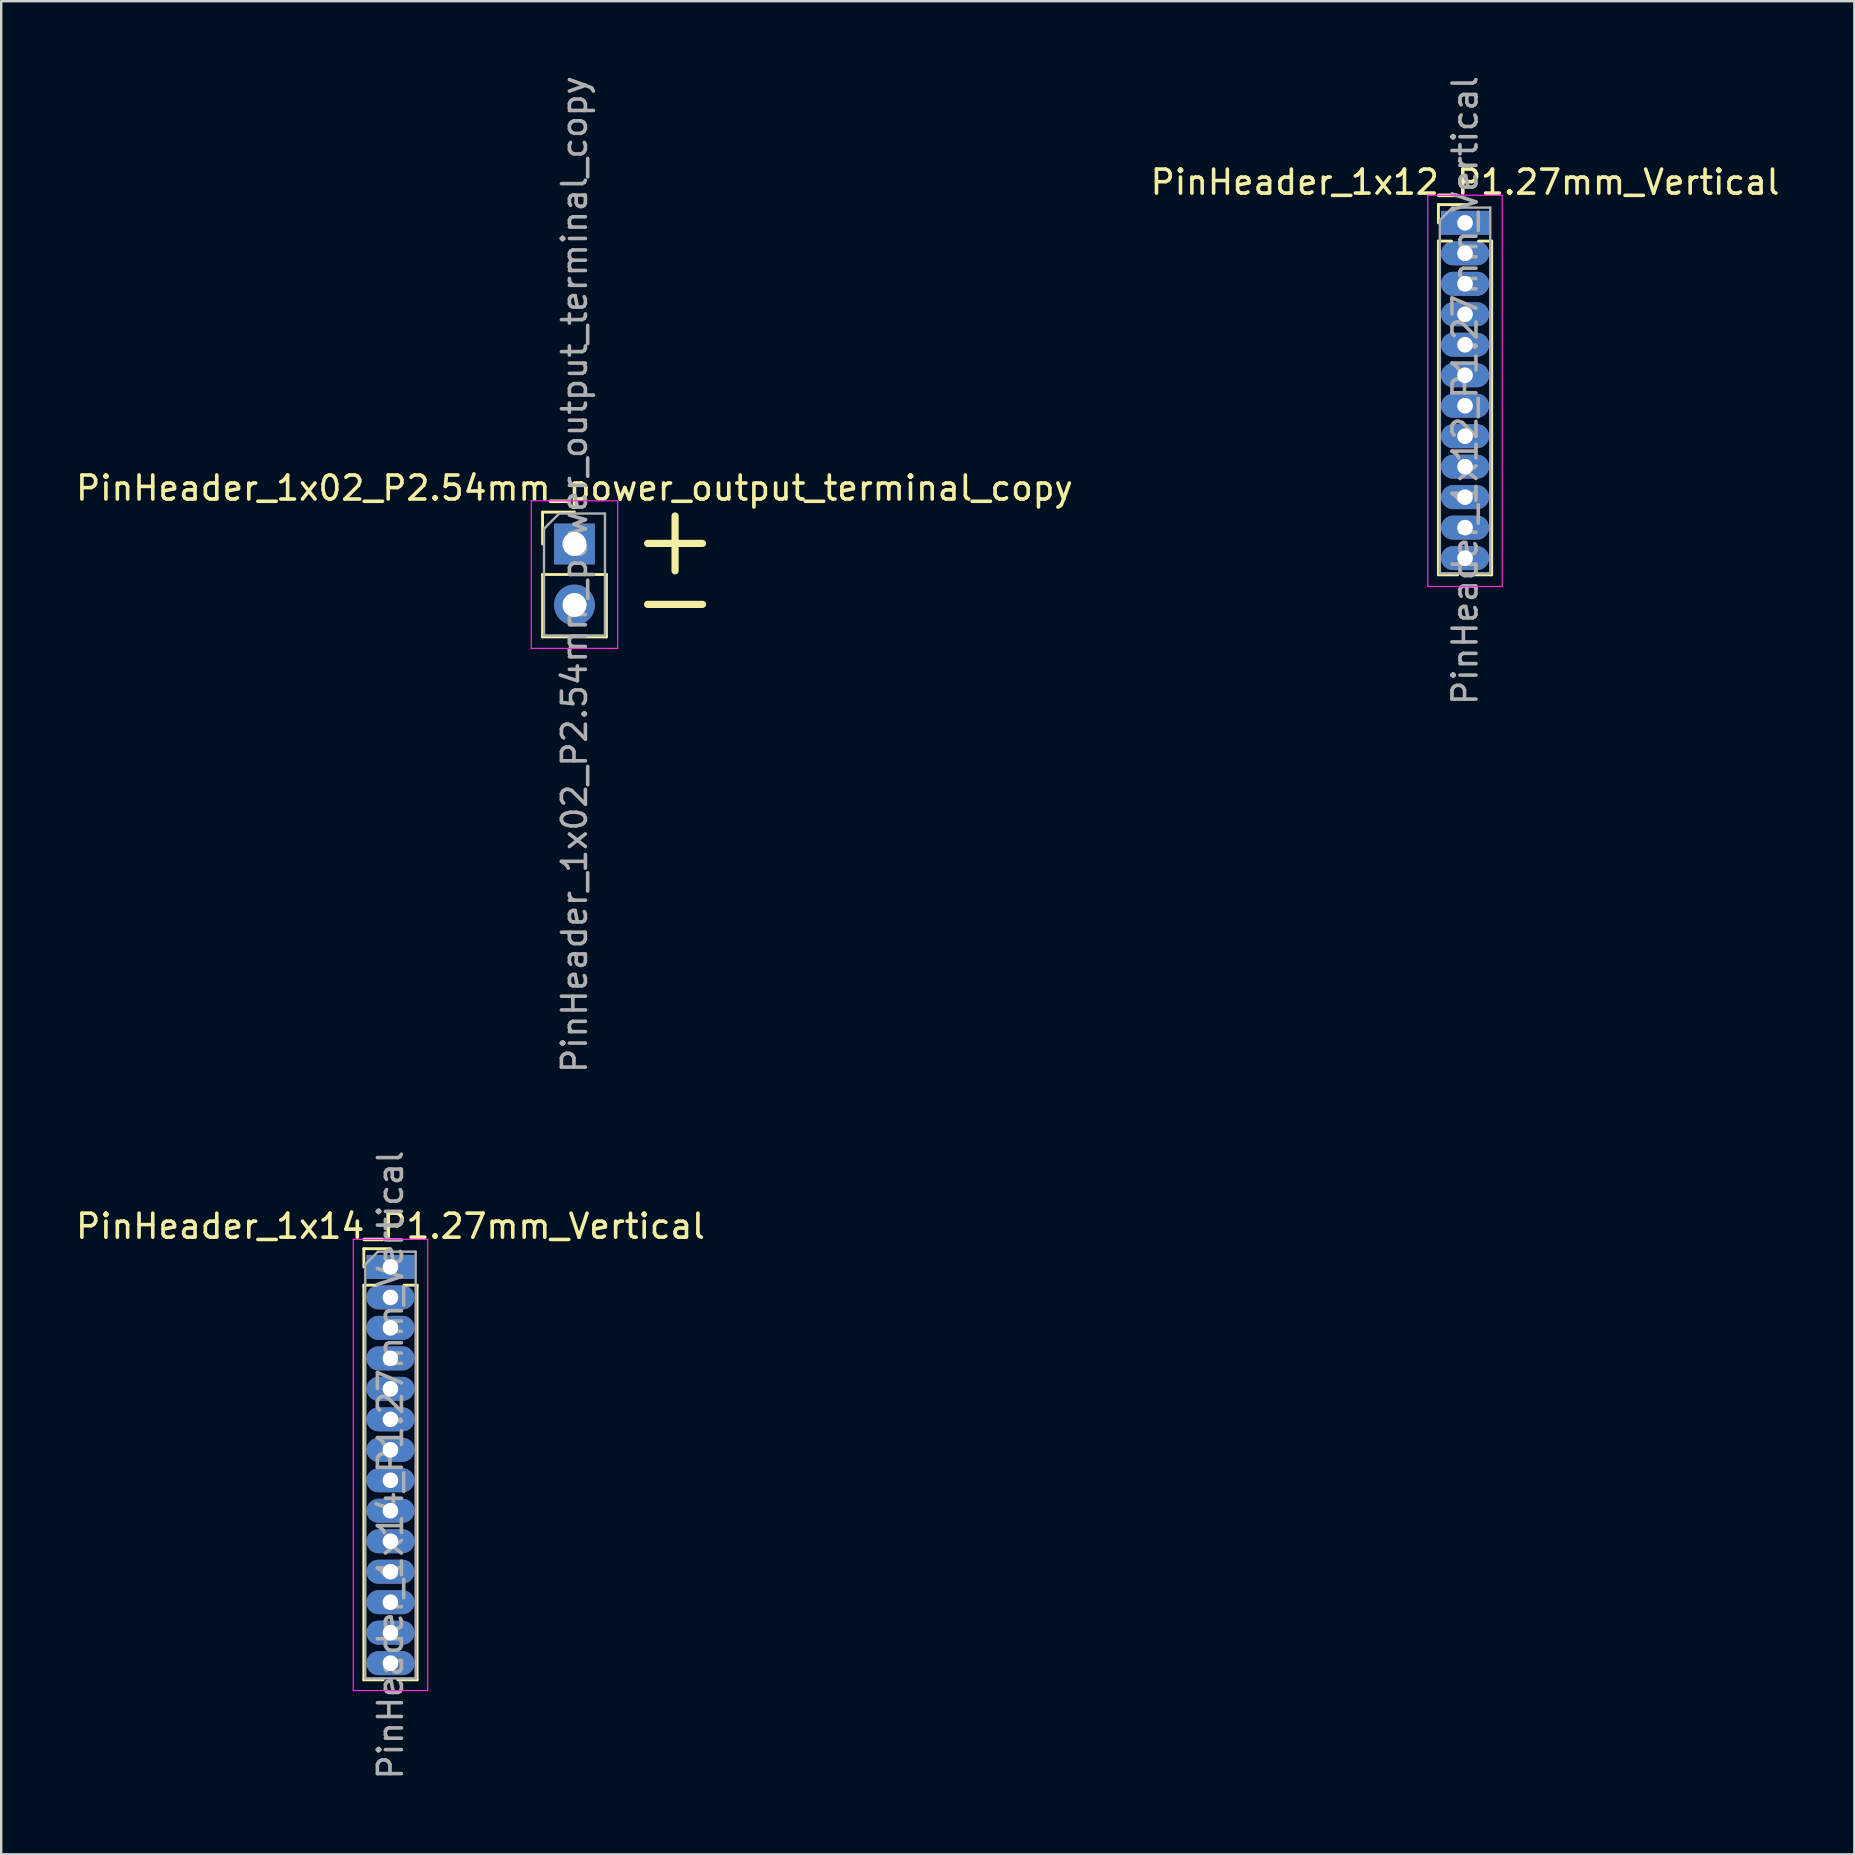
<source format=kicad_pcb>
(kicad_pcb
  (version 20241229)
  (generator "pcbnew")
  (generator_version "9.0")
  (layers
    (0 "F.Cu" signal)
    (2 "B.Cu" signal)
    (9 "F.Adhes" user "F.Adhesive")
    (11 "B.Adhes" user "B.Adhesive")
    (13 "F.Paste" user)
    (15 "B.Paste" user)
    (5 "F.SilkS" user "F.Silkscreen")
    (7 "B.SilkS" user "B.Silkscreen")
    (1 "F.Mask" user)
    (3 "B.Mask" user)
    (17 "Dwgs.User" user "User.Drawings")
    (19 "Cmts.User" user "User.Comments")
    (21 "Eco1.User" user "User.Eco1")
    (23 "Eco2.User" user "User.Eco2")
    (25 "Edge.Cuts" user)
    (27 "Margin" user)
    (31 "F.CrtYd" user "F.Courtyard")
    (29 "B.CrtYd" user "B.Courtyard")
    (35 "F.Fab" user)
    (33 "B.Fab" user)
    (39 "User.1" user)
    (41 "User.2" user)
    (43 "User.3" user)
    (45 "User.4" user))
  (footprint "PinHeader_1x14_P1.27mm_Vertical"
    (layer "F.Cu")
    (at 13.22 49.739)
    (property "Reference" "PinHeader_1x14_P1.27mm_Vertical" (at 0 -1.695 0) (layer "F.SilkS") (effects (font (size 1 1) (thickness 0.15))))
    (attr through_hole)
    (fp_line (start -1.11 -0.76) (end 0 -0.76) (stroke (width 0.12) (type solid)) (layer "F.SilkS"))
    (fp_line (start -1.11 0) (end -1.11 -0.76) (stroke (width 0.12) (type solid)) (layer "F.SilkS"))
    (fp_line (start -1.11 0.76) (end -1.11 17.205) (stroke (width 0.12) (type solid)) (layer "F.SilkS"))
    (fp_line (start -1.11 0.76) (end -0.563 0.76) (stroke (width 0.12) (type solid)) (layer "F.SilkS"))
    (fp_line (start -1.11 17.205) (end -0.308 17.205) (stroke (width 0.12) (type solid)) (layer "F.SilkS"))
    (fp_line (start 0.308 17.205) (end 1.11 17.205) (stroke (width 0.12) (type solid)) (layer "F.SilkS"))
    (fp_line (start 0.563 0.76) (end 1.11 0.76) (stroke (width 0.12) (type solid)) (layer "F.SilkS"))
    (fp_line (start 1.11 0.76) (end 1.11 17.205) (stroke (width 0.12) (type solid)) (layer "F.SilkS"))
    (fp_line (start -1.55 -1.15) (end -1.55 17.65) (stroke (width 0.05) (type solid)) (layer "F.CrtYd"))
    (fp_line (start -1.55 17.65) (end 1.55 17.65) (stroke (width 0.05) (type solid)) (layer "F.CrtYd"))
    (fp_line (start 1.55 -1.15) (end -1.55 -1.15) (stroke (width 0.05) (type solid)) (layer "F.CrtYd"))
    (fp_line (start 1.55 17.65) (end 1.55 -1.15) (stroke (width 0.05) (type solid)) (layer "F.CrtYd"))
    (fp_line (start -1.05 -0.11) (end -0.525 -0.635) (stroke (width 0.1) (type solid)) (layer "F.Fab"))
    (fp_line (start -1.05 17.145) (end -1.05 -0.11) (stroke (width 0.1) (type solid)) (layer "F.Fab"))
    (fp_line (start -0.525 -0.635) (end 1.05 -0.635) (stroke (width 0.1) (type solid)) (layer "F.Fab"))
    (fp_line (start 1.05 -0.635) (end 1.05 17.145) (stroke (width 0.1) (type solid)) (layer "F.Fab"))
    (fp_line (start 1.05 17.145) (end -1.05 17.145) (stroke (width 0.1) (type solid)) (layer "F.Fab"))
    (fp_text user "${REFERENCE}" (at 0 8.255 90) (layer "F.Fab") (effects (font (size 1 1) (thickness 0.15))))
    (pad "1" thru_hole rect (at 0 0) (size 2 1) (drill 0.65) (layers "*.Cu" "*.Mask"))
    (pad "2" thru_hole oval (at 0 1.27) (size 2 1) (drill 0.65) (layers "*.Cu" "*.Mask"))
    (pad "3" thru_hole oval (at 0 2.54) (size 2 1) (drill 0.65) (layers "*.Cu" "*.Mask"))
    (pad "4" thru_hole oval (at 0 3.81) (size 2 1) (drill 0.65) (layers "*.Cu" "*.Mask"))
    (pad "5" thru_hole oval (at 0 5.08) (size 2 1) (drill 0.65) (layers "*.Cu" "*.Mask"))
    (pad "6" thru_hole oval (at 0 6.35) (size 2 1) (drill 0.65) (layers "*.Cu" "*.Mask"))
    (pad "7" thru_hole oval (at 0 7.62) (size 2 1) (drill 0.65) (layers "*.Cu" "*.Mask"))
    (pad "8" thru_hole oval (at 0 8.89) (size 2 1) (drill 0.65) (layers "*.Cu" "*.Mask"))
    (pad "9" thru_hole oval (at 0 10.16) (size 2 1) (drill 0.65) (layers "*.Cu" "*.Mask"))
    (pad "10" thru_hole oval (at 0 11.43) (size 2 1) (drill 0.65) (layers "*.Cu" "*.Mask"))
    (pad "11" thru_hole oval (at 0 12.7) (size 2 1) (drill 0.65) (layers "*.Cu" "*.Mask"))
    (pad "12" thru_hole oval (at 0 13.97) (size 2 1) (drill 0.65) (layers "*.Cu" "*.Mask"))
    (pad "13" thru_hole oval (at 0 15.24) (size 2 1) (drill 0.65) (layers "*.Cu" "*.Mask"))
    (pad "14" thru_hole oval (at 0 16.51) (size 2 1) (drill 0.65) (layers "*.Cu" "*.Mask")))
  (footprint "PinHeader_1x02_P2.54mm_power_output_terminal_copy"
    (layer "F.Cu")
    (at 20.887 19.617)
    (property "Reference" "PinHeader_1x02_P2.54mm_power_output_terminal_copy" (at 0 -2.33 0) (layer "F.SilkS") (effects (font (size 1 1) (thickness 0.15))))
    (attr through_hole)
    (fp_line (start -1.33 -1.33) (end 0 -1.33) (stroke (width 0.12) (type solid)) (layer "F.SilkS"))
    (fp_line (start -1.33 0) (end -1.33 -1.33) (stroke (width 0.12) (type solid)) (layer "F.SilkS"))
    (fp_line (start -1.33 1.27) (end -1.33 3.87) (stroke (width 0.12) (type solid)) (layer "F.SilkS"))
    (fp_line (start -1.33 1.27) (end 1.33 1.27) (stroke (width 0.12) (type solid)) (layer "F.SilkS"))
    (fp_line (start -1.33 3.87) (end 1.33 3.87) (stroke (width 0.12) (type solid)) (layer "F.SilkS"))
    (fp_line (start 1.33 1.27) (end 1.33 3.87) (stroke (width 0.12) (type solid)) (layer "F.SilkS"))
    (fp_line (start -1.8 -1.8) (end -1.8 4.35) (stroke (width 0.05) (type solid)) (layer "F.CrtYd"))
    (fp_line (start -1.8 4.35) (end 1.8 4.35) (stroke (width 0.05) (type solid)) (layer "F.CrtYd"))
    (fp_line (start 1.8 -1.8) (end -1.8 -1.8) (stroke (width 0.05) (type solid)) (layer "F.CrtYd"))
    (fp_line (start 1.8 4.35) (end 1.8 -1.8) (stroke (width 0.05) (type solid)) (layer "F.CrtYd"))
    (fp_line (start -1.27 -0.635) (end -0.635 -1.27) (stroke (width 0.1) (type solid)) (layer "F.Fab"))
    (fp_line (start -1.27 3.81) (end -1.27 -0.635) (stroke (width 0.1) (type solid)) (layer "F.Fab"))
    (fp_line (start -0.635 -1.27) (end 1.27 -1.27) (stroke (width 0.1) (type solid)) (layer "F.Fab"))
    (fp_line (start 1.27 -1.27) (end 1.27 3.81) (stroke (width 0.1) (type solid)) (layer "F.Fab"))
    (fp_line (start 1.27 3.81) (end -1.27 3.81) (stroke (width 0.1) (type solid)) (layer "F.Fab"))
    (fp_text user "+" (at 4.191 -0.254 0) (layer "F.SilkS") (effects (font (size 3 3) (thickness 0.3))))
    (fp_text user "-" (at 4.191 2.286 0) (layer "F.SilkS") (effects (font (size 3 3) (thickness 0.3))))
    (fp_text user "${REFERENCE}" (at 0 1.27 90) (layer "F.Fab") (effects (font (size 1 1) (thickness 0.15))))
    (pad "1" thru_hole rect (at 0 0) (size 1.7 1.7) (drill 1) (layers "*.Cu" "*.Mask"))
    (pad "2" thru_hole oval (at 0 2.54) (size 1.7 1.7) (drill 1) (layers "*.Cu" "*.Mask")))
  (footprint "PinHeader_1x12_P1.27mm_Vertical"
    (layer "F.Cu")
    (at 57.994 6.235)
    (property "Reference" "PinHeader_1x12_P1.27mm_Vertical" (at 0 -1.695 0) (layer "F.SilkS") (effects (font (size 1 1) (thickness 0.15))))
    (attr through_hole)
    (fp_line (start -1.11 -0.76) (end 0 -0.76) (stroke (width 0.12) (type solid)) (layer "F.SilkS"))
    (fp_line (start -1.11 0) (end -1.11 -0.76) (stroke (width 0.12) (type solid)) (layer "F.SilkS"))
    (fp_line (start -1.11 0.76) (end -1.11 14.665) (stroke (width 0.12) (type solid)) (layer "F.SilkS"))
    (fp_line (start -1.11 0.76) (end -0.563 0.76) (stroke (width 0.12) (type solid)) (layer "F.SilkS"))
    (fp_line (start -1.11 14.665) (end -0.308 14.665) (stroke (width 0.12) (type solid)) (layer "F.SilkS"))
    (fp_line (start 0.308 14.665) (end 1.11 14.665) (stroke (width 0.12) (type solid)) (layer "F.SilkS"))
    (fp_line (start 0.563 0.76) (end 1.11 0.76) (stroke (width 0.12) (type solid)) (layer "F.SilkS"))
    (fp_line (start 1.11 0.76) (end 1.11 14.665) (stroke (width 0.12) (type solid)) (layer "F.SilkS"))
    (fp_line (start -1.55 -1.15) (end -1.55 15.15) (stroke (width 0.05) (type solid)) (layer "F.CrtYd"))
    (fp_line (start -1.55 15.15) (end 1.55 15.15) (stroke (width 0.05) (type solid)) (layer "F.CrtYd"))
    (fp_line (start 1.55 -1.15) (end -1.55 -1.15) (stroke (width 0.05) (type solid)) (layer "F.CrtYd"))
    (fp_line (start 1.55 15.15) (end 1.55 -1.15) (stroke (width 0.05) (type solid)) (layer "F.CrtYd"))
    (fp_line (start -1.05 -0.11) (end -0.525 -0.635) (stroke (width 0.1) (type solid)) (layer "F.Fab"))
    (fp_line (start -1.05 14.605) (end -1.05 -0.11) (stroke (width 0.1) (type solid)) (layer "F.Fab"))
    (fp_line (start -0.525 -0.635) (end 1.05 -0.635) (stroke (width 0.1) (type solid)) (layer "F.Fab"))
    (fp_line (start 1.05 -0.635) (end 1.05 14.605) (stroke (width 0.1) (type solid)) (layer "F.Fab"))
    (fp_line (start 1.05 14.605) (end -1.05 14.605) (stroke (width 0.1) (type solid)) (layer "F.Fab"))
    (fp_text user "${REFERENCE}" (at 0 6.985 90) (layer "F.Fab") (effects (font (size 1 1) (thickness 0.15))))
    (pad "1" thru_hole rect (at 0 0) (size 2 1) (drill 0.65) (layers "*.Cu" "*.Mask"))
    (pad "2" thru_hole oval (at 0 1.27) (size 2 1) (drill 0.65) (layers "*.Cu" "*.Mask"))
    (pad "3" thru_hole oval (at 0 2.54) (size 2 1) (drill 0.65) (layers "*.Cu" "*.Mask"))
    (pad "4" thru_hole oval (at 0 3.81) (size 2 1) (drill 0.65) (layers "*.Cu" "*.Mask"))
    (pad "5" thru_hole oval (at 0 5.08) (size 2 1) (drill 0.65) (layers "*.Cu" "*.Mask"))
    (pad "6" thru_hole oval (at 0 6.35) (size 2 1) (drill 0.65) (layers "*.Cu" "*.Mask"))
    (pad "7" thru_hole oval (at 0 7.62) (size 2 1) (drill 0.65) (layers "*.Cu" "*.Mask"))
    (pad "8" thru_hole oval (at 0 8.89) (size 2 1) (drill 0.65) (layers "*.Cu" "*.Mask"))
    (pad "9" thru_hole oval (at 0 10.16) (size 2 1) (drill 0.65) (layers "*.Cu" "*.Mask"))
    (pad "10" thru_hole oval (at 0 11.43) (size 2 1) (drill 0.65) (layers "*.Cu" "*.Mask"))
    (pad "11" thru_hole oval (at 0 12.7) (size 2 1) (drill 0.65) (layers "*.Cu" "*.Mask"))
    (pad "12" thru_hole oval (at 0 13.97) (size 2 1) (drill 0.65) (layers "*.Cu" "*.Mask")))
  (gr_rect
    (start -3 -3)
    (end 74.214 74.214)
    (stroke (width 0.1) (type default))
    (fill no)
    (layer "Edge.Cuts")))
</source>
